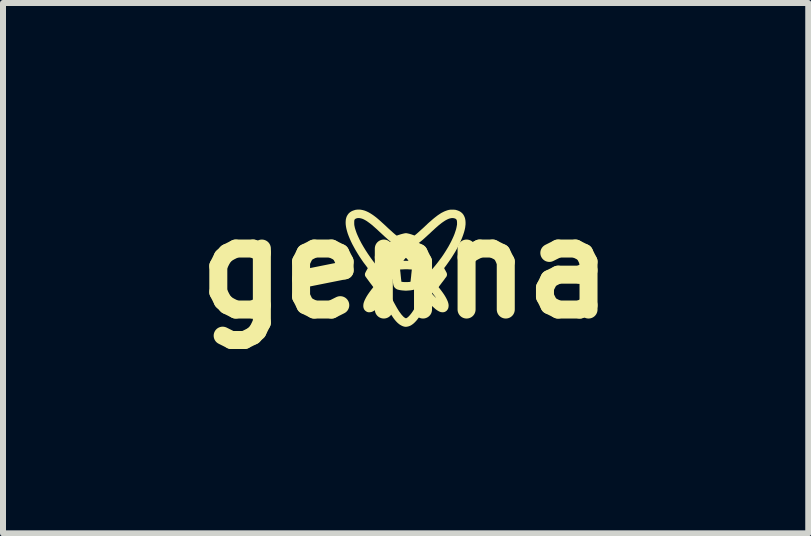
<source format=kicad_pcb>
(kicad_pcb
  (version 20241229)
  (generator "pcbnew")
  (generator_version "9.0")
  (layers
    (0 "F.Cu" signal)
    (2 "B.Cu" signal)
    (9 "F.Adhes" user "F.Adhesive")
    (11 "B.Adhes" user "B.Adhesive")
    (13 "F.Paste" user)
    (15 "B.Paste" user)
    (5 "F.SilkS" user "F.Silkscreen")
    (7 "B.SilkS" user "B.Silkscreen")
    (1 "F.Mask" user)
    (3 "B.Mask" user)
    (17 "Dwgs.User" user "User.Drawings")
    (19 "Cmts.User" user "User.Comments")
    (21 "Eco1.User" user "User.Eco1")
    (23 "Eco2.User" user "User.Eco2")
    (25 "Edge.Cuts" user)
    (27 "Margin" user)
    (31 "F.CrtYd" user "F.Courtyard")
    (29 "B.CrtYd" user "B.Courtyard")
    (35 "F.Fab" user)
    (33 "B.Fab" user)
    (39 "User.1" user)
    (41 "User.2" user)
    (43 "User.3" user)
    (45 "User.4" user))
  (footprint "genna"
    (layer "F.Cu")
    (at 3.708 1.418)
    (property "Reference" "genna" (at 0 0 0) (layer "F.SilkS") (effects (font (size 1.524 1.524) (thickness 0.3))))
    (attr board_only exclude_from_pos_files exclude_from_bom)
    (fp_poly (pts (xy -0.755 -0.975) (xy -0.741 -0.973) (xy -0.711 -0.967) (xy -0.679 -0.958) (xy -0.647 -0.945) (xy -0.614 -0.929) (xy -0.58 -0.909) (xy -0.545 -0.886) (xy -0.524 -0.871) (xy -0.511 -0.861) (xy -0.499 -0.852) (xy -0.486 -0.842) (xy -0.473 -0.831) (xy -0.46 -0.82) (xy -0.446 -0.808) (xy -0.43 -0.794) (xy -0.414 -0.78) (xy -0.396 -0.763) (xy -0.376 -0.745) (xy -0.354 -0.725) (xy -0.33 -0.703) (xy -0.311 -0.685) (xy -0.29 -0.665) (xy -0.269 -0.646) (xy -0.249 -0.628) (xy -0.231 -0.612) (xy -0.214 -0.596) (xy -0.198 -0.582) (xy -0.184 -0.57) (xy -0.172 -0.56) (xy -0.162 -0.552) (xy -0.155 -0.547) (xy -0.152 -0.545) (xy -0.151 -0.544) (xy -0.148 -0.544) (xy -0.145 -0.544) (xy -0.141 -0.545) (xy -0.134 -0.547) (xy -0.125 -0.55) (xy -0.117 -0.553) (xy -0.1 -0.558) (xy -0.082 -0.564) (xy -0.064 -0.569) (xy -0.048 -0.573) (xy -0.032 -0.577) (xy -0.018 -0.58) (xy -0.007 -0.582) (xy 0.002 -0.583) (xy 0.005 -0.583) (xy 0.013 -0.583) (xy 0.024 -0.581) (xy 0.037 -0.578) (xy 0.052 -0.575) (xy 0.068 -0.571) (xy 0.084 -0.566) (xy 0.101 -0.561) (xy 0.117 -0.555) (xy 0.123 -0.553) (xy 0.148 -0.544) (xy 0.155 -0.549) (xy 0.163 -0.555) (xy 0.173 -0.563) (xy 0.186 -0.574) (xy 0.201 -0.587) (xy 0.219 -0.603) (xy 0.24 -0.622) (xy 0.263 -0.643) (xy 0.289 -0.666) (xy 0.317 -0.692) (xy 0.323 -0.698) (xy 0.337 -0.711) (xy 0.35 -0.723) (xy 0.363 -0.736) (xy 0.375 -0.747) (xy 0.386 -0.757) (xy 0.395 -0.765) (xy 0.402 -0.771) (xy 0.406 -0.774) (xy 0.441 -0.805) (xy 0.474 -0.833) (xy 0.506 -0.858) (xy 0.536 -0.881) (xy 0.565 -0.9) (xy 0.592 -0.918) (xy 0.619 -0.932) (xy 0.645 -0.945) (xy 0.671 -0.955) (xy 0.696 -0.964) (xy 0.72 -0.97) (xy 0.722 -0.971) (xy 0.73 -0.972) (xy 0.737 -0.973) (xy 0.745 -0.974) (xy 0.754 -0.975) (xy 0.765 -0.975) (xy 0.778 -0.975) (xy 0.779 -0.975) (xy 0.795 -0.975) (xy 0.809 -0.974) (xy 0.82 -0.973) (xy 0.831 -0.972) (xy 0.842 -0.969) (xy 0.853 -0.966) (xy 0.862 -0.963) (xy 0.883 -0.955) (xy 0.902 -0.946) (xy 0.918 -0.936) (xy 0.933 -0.924) (xy 0.944 -0.914) (xy 0.96 -0.895) (xy 0.973 -0.873) (xy 0.984 -0.849) (xy 0.992 -0.823) (xy 0.997 -0.794) (xy 0.999 -0.764) (xy 0.999 -0.731) (xy 0.995 -0.696) (xy 0.993 -0.678) (xy 0.985 -0.64) (xy 0.974 -0.599) (xy 0.96 -0.556) (xy 0.944 -0.512) (xy 0.925 -0.466) (xy 0.904 -0.419) (xy 0.88 -0.371) (xy 0.854 -0.321) (xy 0.826 -0.271) (xy 0.795 -0.221) (xy 0.763 -0.17) (xy 0.728 -0.119) (xy 0.692 -0.068) (xy 0.674 -0.043) (xy 0.666 -0.032) (xy 0.658 -0.022) (xy 0.652 -0.014) (xy 0.647 -0.007) (xy 0.644 -0.002) (xy 0.643 0.00022) (xy 0.643 0.000301) (xy 0.643 0.002) (xy 0.646 0.007) (xy 0.65 0.014) (xy 0.654 0.023) (xy 0.66 0.033) (xy 0.663 0.038) (xy 0.669 0.048) (xy 0.674 0.059) (xy 0.679 0.068) (xy 0.683 0.075) (xy 0.685 0.08) (xy 0.685 0.081) (xy 0.689 0.095) (xy 0.69 0.11) (xy 0.687 0.125) (xy 0.682 0.138) (xy 0.68 0.141) (xy 0.676 0.147) (xy 0.67 0.155) (xy 0.662 0.165) (xy 0.653 0.177) (xy 0.644 0.191) (xy 0.633 0.205) (xy 0.621 0.221) (xy 0.613 0.231) (xy 0.599 0.249) (xy 0.588 0.265) (xy 0.578 0.277) (xy 0.57 0.288) (xy 0.564 0.296) (xy 0.559 0.303) (xy 0.556 0.308) (xy 0.554 0.312) (xy 0.552 0.315) (xy 0.551 0.317) (xy 0.551 0.318) (xy 0.552 0.319) (xy 0.554 0.322) (xy 0.557 0.327) (xy 0.563 0.333) (xy 0.569 0.341) (xy 0.571 0.344) (xy 0.598 0.379) (xy 0.622 0.412) (xy 0.644 0.444) (xy 0.663 0.475) (xy 0.679 0.504) (xy 0.692 0.531) (xy 0.703 0.556) (xy 0.71 0.579) (xy 0.714 0.595) (xy 0.717 0.617) (xy 0.716 0.638) (xy 0.713 0.658) (xy 0.707 0.676) (xy 0.698 0.692) (xy 0.687 0.706) (xy 0.684 0.709) (xy 0.67 0.72) (xy 0.655 0.728) (xy 0.64 0.733) (xy 0.622 0.735) (xy 0.616 0.735) (xy 0.601 0.734) (xy 0.587 0.732) (xy 0.572 0.727) (xy 0.556 0.72) (xy 0.54 0.711) (xy 0.522 0.7) (xy 0.503 0.686) (xy 0.483 0.669) (xy 0.462 0.65) (xy 0.439 0.629) (xy 0.414 0.604) (xy 0.396 0.587) (xy 0.389 0.579) (xy 0.382 0.572) (xy 0.377 0.567) (xy 0.373 0.564) (xy 0.372 0.563) (xy 0.37 0.565) (xy 0.368 0.569) (xy 0.365 0.574) (xy 0.364 0.576) (xy 0.354 0.595) (xy 0.343 0.615) (xy 0.331 0.638) (xy 0.319 0.661) (xy 0.306 0.684) (xy 0.293 0.706) (xy 0.281 0.727) (xy 0.27 0.746) (xy 0.267 0.751) (xy 0.244 0.788) (xy 0.221 0.821) (xy 0.199 0.851) (xy 0.177 0.878) (xy 0.155 0.901) (xy 0.134 0.921) (xy 0.112 0.938) (xy 0.091 0.952) (xy 0.069 0.963) (xy 0.048 0.97) (xy 0.041 0.972) (xy 0.026 0.975) (xy 0.011 0.977) (xy -0.004 0.977) (xy -0.014 0.976) (xy -0.032 0.972) (xy -0.052 0.965) (xy -0.071 0.956) (xy -0.09 0.945) (xy -0.098 0.94) (xy -0.115 0.927) (xy -0.133 0.912) (xy -0.151 0.894) (xy -0.169 0.874) (xy -0.188 0.851) (xy -0.207 0.825) (xy -0.226 0.796) (xy -0.247 0.765) (xy -0.268 0.731) (xy -0.289 0.693) (xy -0.312 0.652) (xy -0.336 0.608) (xy -0.351 0.579) (xy -0.359 0.562) (xy -0.403 0.605) (xy -0.427 0.628) (xy -0.448 0.648) (xy -0.467 0.666) (xy -0.485 0.681) (xy -0.502 0.694) (xy -0.518 0.705) (xy -0.533 0.714) (xy -0.547 0.722) (xy -0.561 0.727) (xy -0.565 0.729) (xy -0.577 0.732) (xy -0.59 0.734) (xy -0.604 0.735) (xy -0.618 0.735) (xy -0.628 0.733) (xy -0.642 0.729) (xy -0.656 0.721) (xy -0.67 0.711) (xy -0.681 0.7) (xy -0.69 0.688) (xy -0.698 0.67) (xy -0.703 0.652) (xy -0.705 0.632) (xy -0.704 0.611) (xy -0.701 0.589) (xy -0.694 0.565) (xy -0.684 0.539) (xy -0.671 0.512) (xy -0.662 0.495) (xy -0.494 0.495) (xy -0.494 0.495) (xy -0.491 0.493) (xy -0.487 0.489) (xy -0.48 0.482) (xy -0.472 0.473) (xy -0.461 0.461) (xy -0.448 0.447) (xy -0.432 0.43) (xy -0.427 0.425) (xy -0.415 0.412) (xy -0.406 0.403) (xy -0.399 0.395) (xy -0.393 0.389) (xy -0.388 0.385) (xy -0.384 0.381) (xy -0.38 0.379) (xy -0.377 0.377) (xy -0.374 0.376) (xy -0.368 0.373) (xy -0.363 0.371) (xy -0.358 0.37) (xy -0.352 0.37) (xy -0.344 0.369) (xy -0.335 0.37) (xy -0.328 0.37) (xy -0.323 0.371) (xy -0.318 0.373) (xy -0.313 0.375) (xy -0.308 0.378) (xy -0.303 0.381) (xy -0.299 0.384) (xy -0.294 0.388) (xy -0.29 0.393) (xy -0.285 0.4) (xy -0.28 0.409) (xy -0.274 0.419) (xy -0.267 0.432) (xy -0.259 0.448) (xy -0.249 0.466) (xy -0.249 0.468) (xy -0.229 0.506) (xy -0.21 0.541) (xy -0.193 0.574) (xy -0.177 0.603) (xy -0.162 0.63) (xy -0.148 0.655) (xy -0.135 0.677) (xy -0.122 0.698) (xy -0.11 0.717) (xy -0.098 0.734) (xy -0.086 0.75) (xy -0.075 0.765) (xy -0.064 0.779) (xy -0.062 0.781) (xy -0.05 0.794) (xy -0.039 0.806) (xy -0.028 0.816) (xy -0.017 0.824) (xy -0.007 0.83) (xy 0.001 0.834) (xy 0.007 0.835) (xy 0.008 0.834) (xy 0.013 0.833) (xy 0.019 0.83) (xy 0.021 0.829) (xy 0.035 0.819) (xy 0.05 0.806) (xy 0.066 0.789) (xy 0.083 0.769) (xy 0.101 0.746) (xy 0.119 0.72) (xy 0.138 0.69) (xy 0.154 0.664) (xy 0.165 0.646) (xy 0.175 0.627) (xy 0.186 0.608) (xy 0.197 0.588) (xy 0.209 0.566) (xy 0.222 0.542) (xy 0.235 0.517) (xy 0.25 0.488) (xy 0.266 0.457) (xy 0.268 0.454) (xy 0.276 0.437) (xy 0.284 0.423) (xy 0.29 0.411) (xy 0.296 0.402) (xy 0.301 0.395) (xy 0.305 0.389) (xy 0.31 0.385) (xy 0.314 0.381) (xy 0.319 0.378) (xy 0.324 0.376) (xy 0.33 0.373) (xy 0.334 0.371) (xy 0.339 0.37) (xy 0.345 0.37) (xy 0.354 0.369) (xy 0.356 0.369) (xy 0.365 0.37) (xy 0.371 0.37) (xy 0.376 0.371) (xy 0.38 0.372) (xy 0.385 0.375) (xy 0.388 0.376) (xy 0.391 0.378) (xy 0.394 0.38) (xy 0.397 0.382) (xy 0.4 0.385) (xy 0.404 0.388) (xy 0.409 0.393) (xy 0.415 0.4) (xy 0.423 0.409) (xy 0.433 0.419) (xy 0.445 0.432) (xy 0.447 0.434) (xy 0.458 0.446) (xy 0.468 0.457) (xy 0.478 0.467) (xy 0.486 0.476) (xy 0.493 0.483) (xy 0.498 0.488) (xy 0.5 0.49) (xy 0.505 0.494) (xy 0.507 0.496) (xy 0.508 0.496) (xy 0.506 0.494) (xy 0.505 0.493) (xy 0.494 0.476) (xy 0.48 0.457) (xy 0.464 0.436) (xy 0.446 0.414) (xy 0.427 0.391) (xy 0.406 0.367) (xy 0.385 0.343) (xy 0.364 0.318) (xy 0.35 0.303) (xy 0.343 0.295) (xy 0.334 0.286) (xy 0.325 0.276) (xy 0.314 0.265) (xy 0.303 0.253) (xy 0.292 0.242) (xy 0.281 0.23) (xy 0.27 0.219) (xy 0.26 0.209) (xy 0.251 0.2) (xy 0.243 0.192) (xy 0.237 0.186) (xy 0.233 0.182) (xy 0.23 0.18) (xy 0.23 0.18) (xy 0.23 0.182) (xy 0.229 0.187) (xy 0.228 0.195) (xy 0.227 0.204) (xy 0.226 0.212) (xy 0.223 0.236) (xy 0.219 0.257) (xy 0.216 0.275) (xy 0.212 0.29) (xy 0.207 0.303) (xy 0.202 0.314) (xy 0.195 0.323) (xy 0.188 0.331) (xy 0.181 0.337) (xy 0.17 0.344) (xy 0.159 0.35) (xy 0.147 0.355) (xy 0.133 0.36) (xy 0.117 0.364) (xy 0.099 0.367) (xy 0.079 0.37) (xy 0.055 0.372) (xy 0.04 0.373) (xy 0.027 0.374) (xy 0.015 0.375) (xy 0.005 0.375) (xy -0.006 0.375) (xy -0.017 0.374) (xy -0.03 0.373) (xy -0.056 0.371) (xy -0.079 0.368) (xy -0.099 0.365) (xy -0.116 0.361) (xy -0.132 0.357) (xy -0.145 0.352) (xy -0.156 0.345) (xy -0.167 0.338) (xy -0.175 0.331) (xy -0.184 0.321) (xy -0.192 0.31) (xy -0.198 0.296) (xy -0.203 0.28) (xy -0.205 0.273) (xy -0.206 0.265) (xy -0.208 0.255) (xy -0.21 0.243) (xy -0.212 0.231) (xy -0.213 0.218) (xy -0.215 0.207) (xy -0.216 0.197) (xy -0.217 0.19) (xy -0.217 0.186) (xy -0.217 0.183) (xy -0.219 0.181) (xy -0.221 0.183) (xy -0.225 0.186) (xy -0.231 0.192) (xy -0.238 0.2) (xy -0.247 0.208) (xy -0.257 0.218) (xy -0.268 0.229) (xy -0.279 0.24) (xy -0.29 0.252) (xy -0.301 0.263) (xy -0.311 0.274) (xy -0.32 0.283) (xy -0.348 0.314) (xy -0.375 0.345) (xy -0.402 0.375) (xy -0.426 0.405) (xy -0.449 0.433) (xy -0.47 0.46) (xy -0.471 0.462) (xy -0.479 0.473) (xy -0.485 0.481) (xy -0.49 0.488) (xy -0.493 0.492) (xy -0.494 0.495) (xy -0.662 0.495) (xy -0.656 0.483) (xy -0.637 0.452) (xy -0.624 0.432) (xy -0.612 0.415) (xy -0.598 0.395) (xy -0.583 0.375) (xy -0.569 0.356) (xy -0.555 0.339) (xy -0.553 0.336) (xy -0.546 0.327) (xy -0.541 0.32) (xy -0.539 0.316) (xy -0.539 0.314) (xy -0.548 0.302) (xy -0.558 0.289) (xy -0.568 0.275) (xy -0.58 0.26) (xy -0.591 0.245) (xy -0.603 0.229) (xy -0.614 0.214) (xy -0.625 0.199) (xy -0.635 0.185) (xy -0.645 0.172) (xy -0.653 0.16) (xy -0.661 0.15) (xy -0.666 0.142) (xy -0.67 0.137) (xy -0.672 0.134) (xy -0.672 0.134) (xy -0.676 0.122) (xy -0.678 0.109) (xy -0.677 0.096) (xy -0.675 0.085) (xy -0.673 0.081) (xy -0.67 0.074) (xy -0.665 0.065) (xy -0.66 0.054) (xy -0.654 0.043) (xy -0.651 0.038) (xy -0.63 0.000176) (xy -0.666 -0.049) (xy -0.704 -0.099) (xy -0.739 -0.15) (xy -0.773 -0.201) (xy -0.804 -0.251) (xy -0.834 -0.301) (xy -0.861 -0.35) (xy -0.887 -0.398) (xy -0.91 -0.445) (xy -0.93 -0.49) (xy -0.948 -0.534) (xy -0.964 -0.577) (xy -0.976 -0.617) (xy -0.986 -0.656) (xy -0.992 -0.686) (xy -0.997 -0.721) (xy -0.999 -0.755) (xy -0.999 -0.757) (xy -0.856 -0.757) (xy -0.856 -0.743) (xy -0.856 -0.733) (xy -0.855 -0.724) (xy -0.854 -0.716) (xy -0.853 -0.708) (xy -0.851 -0.7) (xy -0.845 -0.671) (xy -0.836 -0.642) (xy -0.826 -0.612) (xy -0.815 -0.581) (xy -0.801 -0.548) (xy -0.785 -0.513) (xy -0.767 -0.475) (xy -0.767 -0.475) (xy -0.737 -0.417) (xy -0.703 -0.358) (xy -0.667 -0.299) (xy -0.628 -0.239) (xy -0.587 -0.18) (xy -0.544 -0.121) (xy -0.5 -0.064) (xy -0.453 -0.009) (xy -0.424 0.025) (xy -0.417 0.033) (xy -0.409 0.042) (xy -0.4 0.051) (xy -0.391 0.061) (xy -0.382 0.071) (xy -0.373 0.08) (xy -0.365 0.088) (xy -0.358 0.095) (xy -0.352 0.101) (xy -0.348 0.104) (xy -0.347 0.106) (xy -0.345 0.104) (xy -0.341 0.101) (xy -0.336 0.096) (xy -0.329 0.09) (xy -0.328 0.089) (xy -0.31 0.072) (xy -0.309 0.024) (xy -0.309 0.023) (xy -0.092 0.023) (xy -0.092 0.025) (xy -0.091 0.029) (xy -0.09 0.036) (xy -0.09 0.044) (xy -0.089 0.05) (xy -0.088 0.06) (xy -0.086 0.072) (xy -0.085 0.087) (xy -0.083 0.102) (xy -0.082 0.118) (xy -0.08 0.13) (xy -0.079 0.146) (xy -0.077 0.161) (xy -0.076 0.176) (xy -0.074 0.188) (xy -0.073 0.199) (xy -0.072 0.207) (xy -0.072 0.211) (xy -0.069 0.227) (xy -0.061 0.228) (xy -0.043 0.23) (xy -0.022 0.232) (xy 0.000465 0.232) (xy 0.024 0.232) (xy 0.046 0.231) (xy 0.061 0.23) (xy 0.069 0.229) (xy 0.076 0.228) (xy 0.08 0.227) (xy 0.081 0.227) (xy 0.082 0.225) (xy 0.082 0.219) (xy 0.084 0.211) (xy 0.085 0.2) (xy 0.086 0.186) (xy 0.088 0.171) (xy 0.09 0.154) (xy 0.092 0.136) (xy 0.093 0.127) (xy 0.094 0.111) (xy 0.096 0.096) (xy 0.097 0.081) (xy 0.099 0.068) (xy 0.1 0.056) (xy 0.101 0.048) (xy 0.101 0.047) (xy 0.102 0.038) (xy 0.103 0.03) (xy 0.103 0.025) (xy 0.103 0.023) (xy 0.103 0.023) (xy 0.101 0.023) (xy 0.096 0.022) (xy 0.088 0.022) (xy 0.078 0.021) (xy 0.066 0.021) (xy 0.054 0.02) (xy 0.037 0.019) (xy 0.022 0.019) (xy 0.008 0.018) (xy -0.005 0.018) (xy -0.02 0.019) (xy -0.036 0.02) (xy -0.043 0.02) (xy -0.056 0.021) (xy -0.068 0.021) (xy -0.078 0.022) (xy -0.085 0.022) (xy -0.09 0.023) (xy -0.092 0.023) (xy -0.309 0.023) (xy -0.308 0.004) (xy -0.307 -0.013) (xy -0.306 -0.027) (xy -0.305 -0.041) (xy -0.303 -0.054) (xy -0.3 -0.067) (xy -0.297 -0.082) (xy -0.296 -0.084) (xy -0.286 -0.117) (xy -0.284 -0.123) (xy -0.037 -0.123) (xy 0.006 -0.123) (xy 0.018 -0.123) (xy 0.029 -0.123) (xy 0.037 -0.123) (xy 0.044 -0.124) (xy 0.048 -0.124) (xy 0.048 -0.124) (xy 0.047 -0.126) (xy 0.044 -0.13) (xy 0.039 -0.136) (xy 0.034 -0.143) (xy 0.028 -0.15) (xy 0.022 -0.156) (xy 0.018 -0.161) (xy 0.017 -0.162) (xy 0.005 -0.173) (xy -0.009 -0.158) (xy -0.015 -0.151) (xy -0.022 -0.143) (xy -0.027 -0.136) (xy -0.029 -0.133) (xy -0.037 -0.123) (xy -0.284 -0.123) (xy -0.273 -0.149) (xy -0.257 -0.178) (xy -0.237 -0.205) (xy -0.215 -0.23) (xy -0.19 -0.252) (xy -0.168 -0.269) (xy -0.147 -0.281) (xy -0.124 -0.293) (xy -0.097 -0.305) (xy -0.069 -0.316) (xy -0.048 -0.324) (xy -0.049 -0.325) (xy -0.052 -0.326) (xy -0.054 -0.327) (xy 0.054 -0.327) (xy 0.056 -0.326) (xy 0.061 -0.324) (xy 0.069 -0.321) (xy 0.077 -0.318) (xy 0.109 -0.306) (xy 0.138 -0.293) (xy 0.164 -0.278) (xy 0.188 -0.263) (xy 0.211 -0.245) (xy 0.231 -0.225) (xy 0.232 -0.225) (xy 0.253 -0.2) (xy 0.271 -0.174) (xy 0.286 -0.146) (xy 0.298 -0.116) (xy 0.308 -0.083) (xy 0.309 -0.079) (xy 0.313 -0.061) (xy 0.316 -0.043) (xy 0.319 -0.025) (xy 0.32 -0.006) (xy 0.321 0.015) (xy 0.321 0.029) (xy 0.322 0.071) (xy 0.34 0.089) (xy 0.358 0.108) (xy 0.379 0.086) (xy 0.388 0.077) (xy 0.398 0.066) (xy 0.408 0.055) (xy 0.419 0.044) (xy 0.426 0.036) (xy 0.463 -0.006) (xy 0.498 -0.048) (xy 0.533 -0.092) (xy 0.566 -0.136) (xy 0.599 -0.18) (xy 0.63 -0.225) (xy 0.659 -0.27) (xy 0.687 -0.315) (xy 0.714 -0.36) (xy 0.738 -0.404) (xy 0.761 -0.448) (xy 0.781 -0.49) (xy 0.8 -0.532) (xy 0.816 -0.572) (xy 0.829 -0.611) (xy 0.841 -0.648) (xy 0.849 -0.683) (xy 0.855 -0.716) (xy 0.856 -0.719) (xy 0.857 -0.729) (xy 0.857 -0.74) (xy 0.857 -0.753) (xy 0.857 -0.762) (xy 0.856 -0.778) (xy 0.854 -0.792) (xy 0.851 -0.802) (xy 0.846 -0.811) (xy 0.84 -0.817) (xy 0.832 -0.823) (xy 0.828 -0.825) (xy 0.811 -0.831) (xy 0.793 -0.834) (xy 0.773 -0.835) (xy 0.753 -0.832) (xy 0.732 -0.827) (xy 0.709 -0.819) (xy 0.685 -0.807) (xy 0.659 -0.793) (xy 0.632 -0.775) (xy 0.603 -0.755) (xy 0.573 -0.731) (xy 0.563 -0.723) (xy 0.55 -0.713) (xy 0.537 -0.701) (xy 0.523 -0.689) (xy 0.507 -0.675) (xy 0.489 -0.659) (xy 0.47 -0.641) (xy 0.449 -0.622) (xy 0.425 -0.6) (xy 0.419 -0.594) (xy 0.395 -0.571) (xy 0.373 -0.552) (xy 0.354 -0.534) (xy 0.336 -0.518) (xy 0.321 -0.504) (xy 0.306 -0.491) (xy 0.293 -0.479) (xy 0.28 -0.468) (xy 0.268 -0.458) (xy 0.256 -0.448) (xy 0.244 -0.439) (xy 0.232 -0.429) (xy 0.22 -0.42) (xy 0.207 -0.41) (xy 0.192 -0.4) (xy 0.176 -0.389) (xy 0.16 -0.379) (xy 0.144 -0.369) (xy 0.13 -0.361) (xy 0.128 -0.36) (xy 0.12 -0.356) (xy 0.113 -0.352) (xy 0.106 -0.349) (xy 0.097 -0.345) (xy 0.086 -0.341) (xy 0.074 -0.335) (xy 0.058 -0.329) (xy 0.055 -0.328) (xy 0.054 -0.327) (xy -0.054 -0.327) (xy -0.058 -0.329) (xy -0.063 -0.331) (xy -0.081 -0.337) (xy -0.097 -0.344) (xy -0.114 -0.352) (xy -0.131 -0.361) (xy -0.15 -0.371) (xy -0.167 -0.382) (xy -0.175 -0.387) (xy -0.184 -0.392) (xy -0.19 -0.396) (xy -0.195 -0.399) (xy -0.196 -0.399) (xy -0.201 -0.402) (xy -0.207 -0.407) (xy -0.211 -0.41) (xy -0.216 -0.414) (xy -0.223 -0.42) (xy -0.231 -0.427) (xy -0.237 -0.432) (xy -0.249 -0.441) (xy -0.261 -0.451) (xy -0.274 -0.461) (xy -0.287 -0.472) (xy -0.301 -0.484) (xy -0.315 -0.497) (xy -0.332 -0.512) (xy -0.35 -0.528) (xy -0.369 -0.546) (xy -0.391 -0.566) (xy -0.416 -0.589) (xy -0.418 -0.591) (xy -0.441 -0.612) (xy -0.461 -0.631) (xy -0.479 -0.648) (xy -0.496 -0.663) (xy -0.511 -0.676) (xy -0.524 -0.688) (xy -0.537 -0.699) (xy -0.548 -0.709) (xy -0.559 -0.719) (xy -0.57 -0.727) (xy -0.581 -0.736) (xy -0.59 -0.743) (xy -0.62 -0.765) (xy -0.648 -0.785) (xy -0.675 -0.801) (xy -0.7 -0.814) (xy -0.724 -0.824) (xy -0.746 -0.83) (xy -0.768 -0.834) (xy -0.787 -0.835) (xy -0.806 -0.833) (xy -0.806 -0.833) (xy -0.817 -0.83) (xy -0.828 -0.826) (xy -0.837 -0.821) (xy -0.844 -0.816) (xy -0.845 -0.815) (xy -0.849 -0.809) (xy -0.852 -0.804) (xy -0.854 -0.797) (xy -0.855 -0.788) (xy -0.856 -0.777) (xy -0.856 -0.763) (xy -0.856 -0.757) (xy -0.999 -0.757) (xy -0.998 -0.786) (xy -0.995 -0.815) (xy -0.988 -0.842) (xy -0.979 -0.866) (xy -0.966 -0.888) (xy -0.951 -0.908) (xy -0.944 -0.916) (xy -0.924 -0.933) (xy -0.902 -0.947) (xy -0.878 -0.958) (xy -0.85 -0.967) (xy -0.838 -0.971) (xy -0.824 -0.973) (xy -0.808 -0.975) (xy -0.79 -0.976) (xy -0.772 -0.976)) (stroke (width 0) (type solid)) (fill yes) (layer "F.SilkS")))
  (gr_rect
    (start -3 -3)
    (end 10.417 5.836)
    (stroke (width 0.1) (type default))
    (fill no)
    (layer "Edge.Cuts")))
</source>
